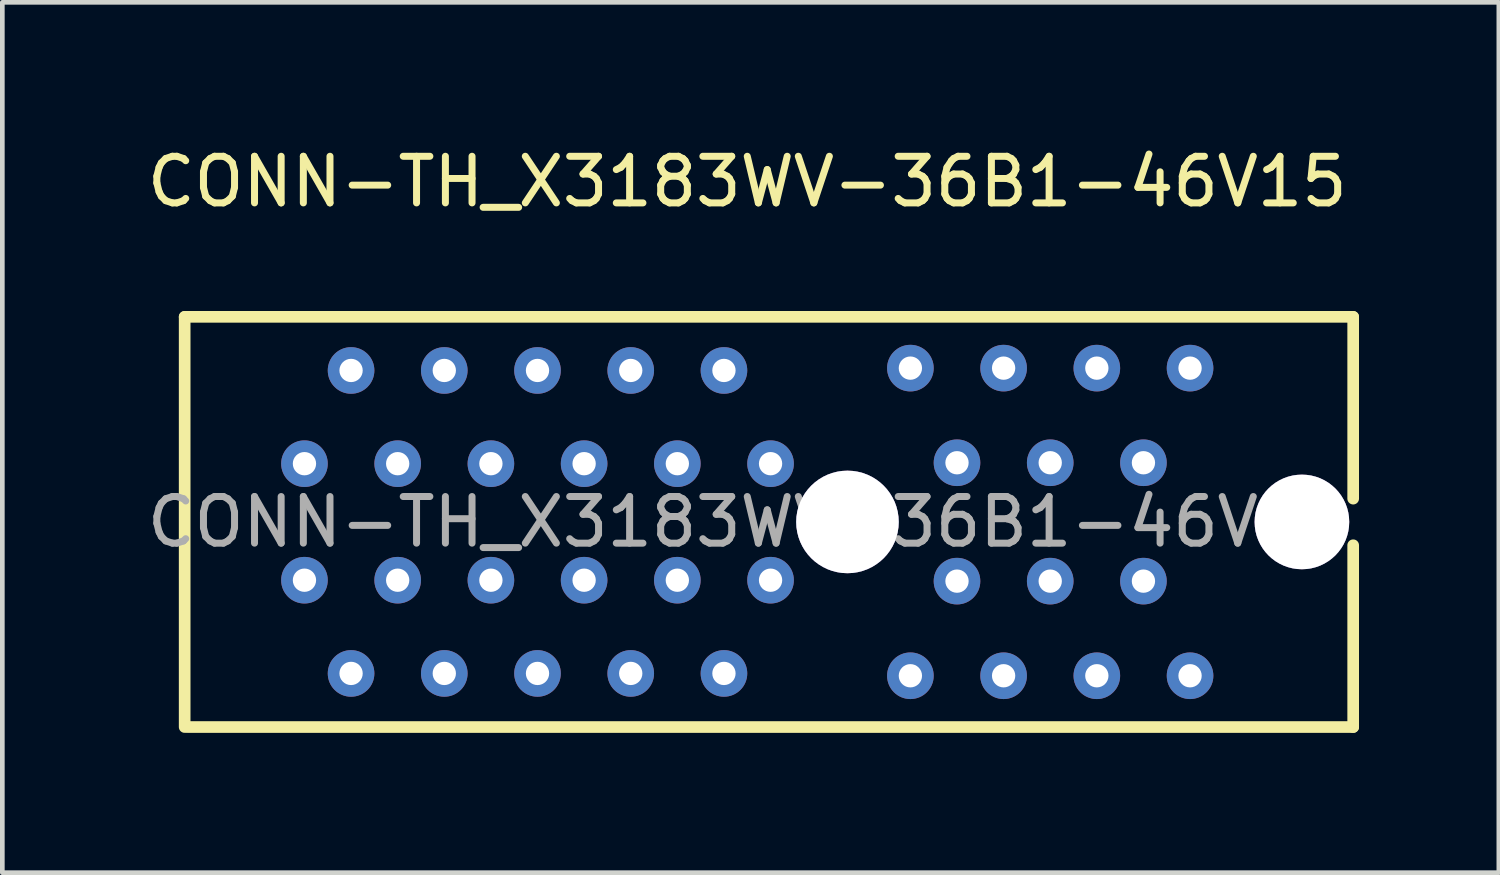
<source format=kicad_pcb>
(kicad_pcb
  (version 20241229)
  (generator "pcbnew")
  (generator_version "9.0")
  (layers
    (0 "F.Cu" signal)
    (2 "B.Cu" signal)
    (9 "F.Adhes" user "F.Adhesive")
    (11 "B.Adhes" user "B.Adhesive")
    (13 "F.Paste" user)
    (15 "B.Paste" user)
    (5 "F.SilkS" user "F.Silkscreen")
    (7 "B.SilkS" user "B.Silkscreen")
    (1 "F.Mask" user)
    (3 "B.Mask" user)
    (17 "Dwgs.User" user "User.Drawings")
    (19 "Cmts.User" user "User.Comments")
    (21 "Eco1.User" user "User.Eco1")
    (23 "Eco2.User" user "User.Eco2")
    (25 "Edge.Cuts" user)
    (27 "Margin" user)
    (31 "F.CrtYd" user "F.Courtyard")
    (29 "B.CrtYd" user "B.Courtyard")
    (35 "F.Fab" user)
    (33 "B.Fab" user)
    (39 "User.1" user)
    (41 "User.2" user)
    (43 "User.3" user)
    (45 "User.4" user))
  (footprint "CONN-TH_X3183WV-36B1-46V15"
    (layer "F.Cu")
    (at 12.982 8.148)
    (property "Reference" "CONN-TH_X3183WV-36B1-46V15" (at 0 -7.3 0) (layer "F.SilkS") (effects (font (size 1 1) (thickness 0.15))))
    (attr through_hole)
    (fp_line (start -12.07 -4.4) (end -12.07 4.4) (stroke (width 0.25) (type solid)) (layer "F.SilkS"))
    (fp_line (start -12 4.4) (end 13 4.4) (stroke (width 0.25) (type solid)) (layer "F.SilkS"))
    (fp_line (start 13 -4.4) (end -12.07 -4.4) (stroke (width 0.25) (type solid)) (layer "F.SilkS"))
    (fp_line (start 13 -4.4) (end 13 -0.5) (stroke (width 0.25) (type solid)) (layer "F.SilkS"))
    (fp_line (start 13 0.5) (end 13 4.4) (stroke (width 0.25) (type solid)) (layer "F.SilkS"))
    (fp_text user "${REFERENCE}" (at 0 0 0) (layer "F.Fab") (effects (font (size 1 1) (thickness 0.15))))
    (pad "" thru_hole circle (at 2.15 0) (size 2.2 2.2) (drill 2.2) (layers "*.Cu" "*.Mask"))
    (pad "" thru_hole circle (at 11.9 0) (size 2.03 2.03) (drill 2.03) (layers "*.Cu" "*.Mask"))
    (pad "A1" thru_hole circle (at -9.5 -1.25) (size 1 1) (drill 0.5) (layers "*.Cu" "*.Mask"))
    (pad "A2" thru_hole circle (at -8.5 -3.25) (size 1 1) (drill 0.5) (layers "*.Cu" "*.Mask"))
    (pad "A3" thru_hole circle (at -7.5 -1.25) (size 1 1) (drill 0.5) (layers "*.Cu" "*.Mask"))
    (pad "A4" thru_hole circle (at -6.5 -3.25) (size 1 1) (drill 0.5) (layers "*.Cu" "*.Mask"))
    (pad "A5" thru_hole circle (at -5.5 -1.25) (size 1 1) (drill 0.5) (layers "*.Cu" "*.Mask"))
    (pad "A6" thru_hole circle (at -4.5 -3.25) (size 1 1) (drill 0.5) (layers "*.Cu" "*.Mask"))
    (pad "A7" thru_hole circle (at -3.5 -1.25) (size 1 1) (drill 0.5) (layers "*.Cu" "*.Mask"))
    (pad "A8" thru_hole circle (at -2.5 -3.25) (size 1 1) (drill 0.5) (layers "*.Cu" "*.Mask"))
    (pad "A9" thru_hole circle (at -1.5 -1.25) (size 1 1) (drill 0.5) (layers "*.Cu" "*.Mask"))
    (pad "A10" thru_hole circle (at -0.5 -3.25) (size 1 1) (drill 0.5) (layers "*.Cu" "*.Mask"))
    (pad "A11" thru_hole circle (at 0.5 -1.25) (size 1 1) (drill 0.5) (layers "*.Cu" "*.Mask"))
    (pad "A12" thru_hole circle (at 3.5 -3.3) (size 1 1) (drill 0.5) (layers "*.Cu" "*.Mask"))
    (pad "A13" thru_hole circle (at 4.5 -1.27) (size 1 1) (drill 0.5) (layers "*.Cu" "*.Mask"))
    (pad "A14" thru_hole circle (at 5.5 -3.3) (size 1 1) (drill 0.5) (layers "*.Cu" "*.Mask"))
    (pad "A15" thru_hole circle (at 6.5 -1.27) (size 1 1) (drill 0.5) (layers "*.Cu" "*.Mask"))
    (pad "A16" thru_hole circle (at 7.5 -3.3) (size 1 1) (drill 0.5) (layers "*.Cu" "*.Mask"))
    (pad "A17" thru_hole circle (at 8.5 -1.27) (size 1 1) (drill 0.5) (layers "*.Cu" "*.Mask"))
    (pad "A18" thru_hole circle (at 9.5 -3.3) (size 1 1) (drill 0.5) (layers "*.Cu" "*.Mask"))
    (pad "B1" thru_hole circle (at -9.5 1.25) (size 1 1) (drill 0.5) (layers "*.Cu" "*.Mask"))
    (pad "B2" thru_hole circle (at -8.5 3.25) (size 1 1) (drill 0.5) (layers "*.Cu" "*.Mask"))
    (pad "B3" thru_hole circle (at -7.5 1.25) (size 1 1) (drill 0.5) (layers "*.Cu" "*.Mask"))
    (pad "B4" thru_hole circle (at -6.5 3.25) (size 1 1) (drill 0.5) (layers "*.Cu" "*.Mask"))
    (pad "B5" thru_hole circle (at -5.5 1.25) (size 1 1) (drill 0.5) (layers "*.Cu" "*.Mask"))
    (pad "B6" thru_hole circle (at -4.5 3.25) (size 1 1) (drill 0.5) (layers "*.Cu" "*.Mask"))
    (pad "B7" thru_hole circle (at -3.5 1.25) (size 1 1) (drill 0.5) (layers "*.Cu" "*.Mask"))
    (pad "B8" thru_hole circle (at -2.5 3.25) (size 1 1) (drill 0.5) (layers "*.Cu" "*.Mask"))
    (pad "B9" thru_hole circle (at -1.5 1.25) (size 1 1) (drill 0.5) (layers "*.Cu" "*.Mask"))
    (pad "B10" thru_hole circle (at -0.5 3.25) (size 1 1) (drill 0.5) (layers "*.Cu" "*.Mask"))
    (pad "B11" thru_hole circle (at 0.5 1.25) (size 1 1) (drill 0.5) (layers "*.Cu" "*.Mask"))
    (pad "B12" thru_hole circle (at 3.5 3.3) (size 1 1) (drill 0.5) (layers "*.Cu" "*.Mask"))
    (pad "B13" thru_hole circle (at 4.5 1.27) (size 1 1) (drill 0.5) (layers "*.Cu" "*.Mask"))
    (pad "B14" thru_hole circle (at 5.5 3.3) (size 1 1) (drill 0.5) (layers "*.Cu" "*.Mask"))
    (pad "B15" thru_hole circle (at 6.5 1.27) (size 1 1) (drill 0.5) (layers "*.Cu" "*.Mask"))
    (pad "B16" thru_hole circle (at 7.5 3.3) (size 1 1) (drill 0.5) (layers "*.Cu" "*.Mask"))
    (pad "B17" thru_hole circle (at 8.5 1.27) (size 1 1) (drill 0.5) (layers "*.Cu" "*.Mask"))
    (pad "B18" thru_hole circle (at 9.5 3.3) (size 1 1) (drill 0.5) (layers "*.Cu" "*.Mask")))
  (gr_rect
    (start -3 -3)
    (end 29.107 15.673)
    (stroke (width 0.1) (type default))
    (fill no)
    (layer "Edge.Cuts")))
</source>
